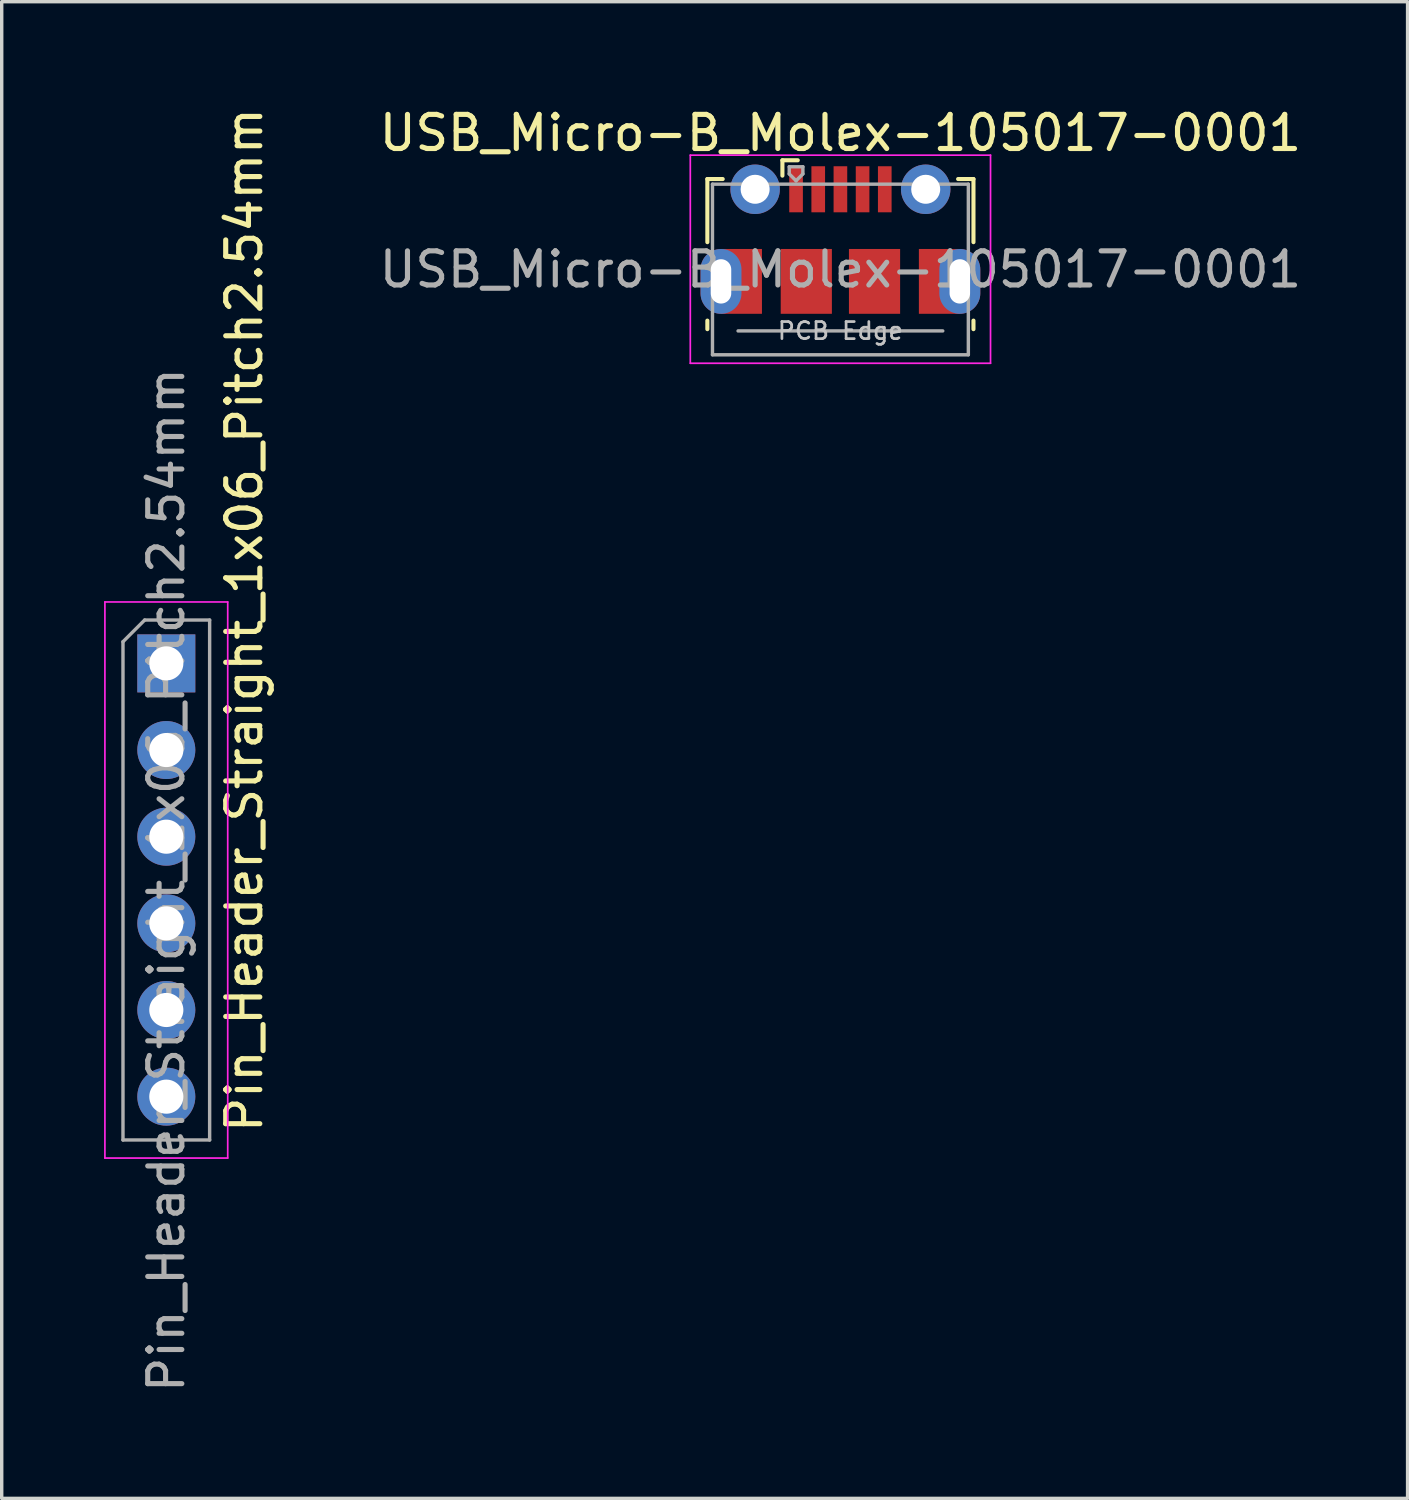
<source format=kicad_pcb>
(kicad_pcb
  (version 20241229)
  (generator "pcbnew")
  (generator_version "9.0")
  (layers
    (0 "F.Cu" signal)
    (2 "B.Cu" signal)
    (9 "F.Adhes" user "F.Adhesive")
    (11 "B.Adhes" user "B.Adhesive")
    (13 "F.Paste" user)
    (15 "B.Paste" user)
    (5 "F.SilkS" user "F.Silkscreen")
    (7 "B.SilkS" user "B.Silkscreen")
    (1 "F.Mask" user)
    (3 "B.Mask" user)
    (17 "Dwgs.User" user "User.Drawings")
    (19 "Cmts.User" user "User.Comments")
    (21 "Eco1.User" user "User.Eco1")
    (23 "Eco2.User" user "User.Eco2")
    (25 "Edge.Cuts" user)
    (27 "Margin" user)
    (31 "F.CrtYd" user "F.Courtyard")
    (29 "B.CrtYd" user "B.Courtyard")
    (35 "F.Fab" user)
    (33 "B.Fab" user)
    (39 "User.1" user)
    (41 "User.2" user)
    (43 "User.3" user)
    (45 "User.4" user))
  (footprint "Pin_Header_Straight_1x06_Pitch2.54mm"
    (layer "F.Cu")
    (at 1.825 16.395)
    (property "Reference" "Pin_Header_Straight_1x06_Pitch2.54mm" (at 2.286 -1.27 90) (layer "F.SilkS") (effects (font (size 1 1) (thickness 0.15))))
    (attr through_hole)
    (fp_line (start -1.8 -1.8) (end -1.8 14.5) (stroke (width 0.05) (type solid)) (layer "F.CrtYd"))
    (fp_line (start -1.8 14.5) (end 1.8 14.5) (stroke (width 0.05) (type solid)) (layer "F.CrtYd"))
    (fp_line (start 1.8 -1.8) (end -1.8 -1.8) (stroke (width 0.05) (type solid)) (layer "F.CrtYd"))
    (fp_line (start 1.8 14.5) (end 1.8 -1.8) (stroke (width 0.05) (type solid)) (layer "F.CrtYd"))
    (fp_line (start -1.27 -0.635) (end -0.635 -1.27) (stroke (width 0.1) (type solid)) (layer "F.Fab"))
    (fp_line (start -1.27 13.97) (end -1.27 -0.635) (stroke (width 0.1) (type solid)) (layer "F.Fab"))
    (fp_line (start -0.635 -1.27) (end 1.27 -1.27) (stroke (width 0.1) (type solid)) (layer "F.Fab"))
    (fp_line (start 1.27 -1.27) (end 1.27 13.97) (stroke (width 0.1) (type solid)) (layer "F.Fab"))
    (fp_line (start 1.27 13.97) (end -1.27 13.97) (stroke (width 0.1) (type solid)) (layer "F.Fab"))
    (fp_text user "${REFERENCE}" (at 0 6.35 90) (layer "F.Fab") (effects (font (size 1 1) (thickness 0.15))))
    (pad "1" thru_hole rect (at 0 0) (size 1.7 1.7) (drill 1) (layers "*.Cu" "*.Mask"))
    (pad "2" thru_hole oval (at 0 2.54) (size 1.7 1.7) (drill 1) (layers "*.Cu" "*.Mask"))
    (pad "3" thru_hole oval (at 0 5.08) (size 1.7 1.7) (drill 1) (layers "*.Cu" "*.Mask"))
    (pad "4" thru_hole oval (at 0 7.62) (size 1.7 1.7) (drill 1) (layers "*.Cu" "*.Mask"))
    (pad "5" thru_hole oval (at 0 10.16) (size 1.7 1.7) (drill 1) (layers "*.Cu" "*.Mask"))
    (pad "6" thru_hole oval (at 0 12.7) (size 1.7 1.7) (drill 1) (layers "*.Cu" "*.Mask")))
  (footprint "USB_Micro-B_Molex-105017-0001"
    (layer "F.Cu")
    (at 21.584 4.848)
    (property "Reference" "USB_Micro-B_Molex-105017-0001" (at 0 -4 0) (layer "F.SilkS") (effects (font (size 1 1) (thickness 0.15))))
    (attr smd)
    (fp_line (start -3.9 -2.65) (end -3.45 -2.65) (stroke (width 0.12) (type solid)) (layer "F.SilkS"))
    (fp_line (start -3.9 -0.8) (end -3.9 -2.65) (stroke (width 0.12) (type solid)) (layer "F.SilkS"))
    (fp_line (start -3.9 1.75) (end -3.9 1.5) (stroke (width 0.12) (type solid)) (layer "F.SilkS"))
    (fp_line (start -1.7 -3.2) (end -1.7 -2.75) (stroke (width 0.12) (type solid)) (layer "F.SilkS"))
    (fp_line (start -1.7 -3.2) (end -1.25 -3.2) (stroke (width 0.12) (type solid)) (layer "F.SilkS"))
    (fp_line (start 3.9 -2.65) (end 3.45 -2.65) (stroke (width 0.12) (type solid)) (layer "F.SilkS"))
    (fp_line (start 3.9 -0.8) (end 3.9 -2.65) (stroke (width 0.12) (type solid)) (layer "F.SilkS"))
    (fp_line (start 3.9 1.75) (end 3.9 1.5) (stroke (width 0.12) (type solid)) (layer "F.SilkS"))
    (fp_line (start -4.4 -3.35) (end 4.4 -3.35) (stroke (width 0.05) (type solid)) (layer "F.CrtYd"))
    (fp_line (start -4.4 2.75) (end -4.4 -3.35) (stroke (width 0.05) (type solid)) (layer "F.CrtYd"))
    (fp_line (start -4.4 2.75) (end 4.4 2.75) (stroke (width 0.05) (type solid)) (layer "F.CrtYd"))
    (fp_line (start 4.4 -3.35) (end 4.4 2.75) (stroke (width 0.05) (type solid)) (layer "F.CrtYd"))
    (fp_line (start -3.75 -2.5) (end 3.75 -2.5) (stroke (width 0.1) (type solid)) (layer "F.Fab"))
    (fp_line (start -3.75 2.5) (end -3.75 -2.5) (stroke (width 0.1) (type solid)) (layer "F.Fab"))
    (fp_line (start -3.75 2.502) (end 3.75 2.502) (stroke (width 0.1) (type solid)) (layer "F.Fab"))
    (fp_line (start -3 1.802) (end 3 1.802) (stroke (width 0.1) (type solid)) (layer "F.Fab"))
    (fp_line (start -1.5 -3.01) (end -1.5 -2.8) (stroke (width 0.1) (type solid)) (layer "F.Fab"))
    (fp_line (start -1.5 -3.01) (end -1.1 -3.01) (stroke (width 0.1) (type solid)) (layer "F.Fab"))
    (fp_line (start -1.3 -2.6) (end -1.5 -2.8) (stroke (width 0.1) (type solid)) (layer "F.Fab"))
    (fp_line (start -1.1 -3.01) (end -1.1 -2.8) (stroke (width 0.1) (type solid)) (layer "F.Fab"))
    (fp_line (start -1.1 -2.8) (end -1.3 -2.6) (stroke (width 0.1) (type solid)) (layer "F.Fab"))
    (fp_line (start 3.75 2.5) (end 3.75 -2.5) (stroke (width 0.1) (type solid)) (layer "F.Fab"))
    (fp_text user "PCB Edge" (at 0 1.8 0) (layer "Dwgs.User") (effects (font (size 0.5 0.5) (thickness 0.08))))
    (fp_text user "${REFERENCE}" (at 0 0 0) (layer "F.Fab") (effects (font (size 1 1) (thickness 0.15))))
    (pad "1" smd rect (at -1.3 -2.35) (size 0.4 1.35) (layers "F.Cu" "F.Mask" "F.Paste"))
    (pad "2" smd rect (at -0.65 -2.35) (size 0.4 1.35) (layers "F.Cu" "F.Mask" "F.Paste"))
    (pad "3" smd rect (at 0 -2.35) (size 0.4 1.35) (layers "F.Cu" "F.Mask" "F.Paste"))
    (pad "4" smd rect (at 0.65 -2.35) (size 0.4 1.35) (layers "F.Cu" "F.Mask" "F.Paste"))
    (pad "5" thru_hole oval (at -3.5 0.35 180) (size 1.2 1.9) (drill oval 0.6 1.3) (layers "*.Cu" "*.Mask"))
    (pad "5" smd rect (at -2.9 0.35) (size 1.2 1.9) (layers "F.Cu" "F.Mask"))
    (pad "5" thru_hole circle (at -2.5 -2.35) (size 1.45 1.45) (drill 0.85) (layers "*.Cu" "*.Mask"))
    (pad "5" smd rect (at -1 0.35) (size 1.5 1.9) (layers "F.Cu" "F.Mask" "F.Paste"))
    (pad "5" smd rect (at 1 0.35) (size 1.5 1.9) (layers "F.Cu" "F.Mask" "F.Paste"))
    (pad "5" smd rect (at 1.3 -2.35) (size 0.4 1.35) (layers "F.Cu" "F.Mask" "F.Paste"))
    (pad "5" thru_hole circle (at 2.5 -2.35) (size 1.45 1.45) (drill 0.85) (layers "*.Cu" "*.Mask"))
    (pad "5" smd rect (at 2.9 0.35) (size 1.2 1.9) (layers "F.Cu" "F.Mask"))
    (pad "5" thru_hole oval (at 3.5 0.35) (size 1.2 1.9) (drill oval 0.6 1.3) (layers "*.Cu" "*.Mask")))
  (gr_rect
    (start -3 -3)
    (end 38.209 40.87)
    (stroke (width 0.1) (type default))
    (fill no)
    (layer "Edge.Cuts")))
</source>
